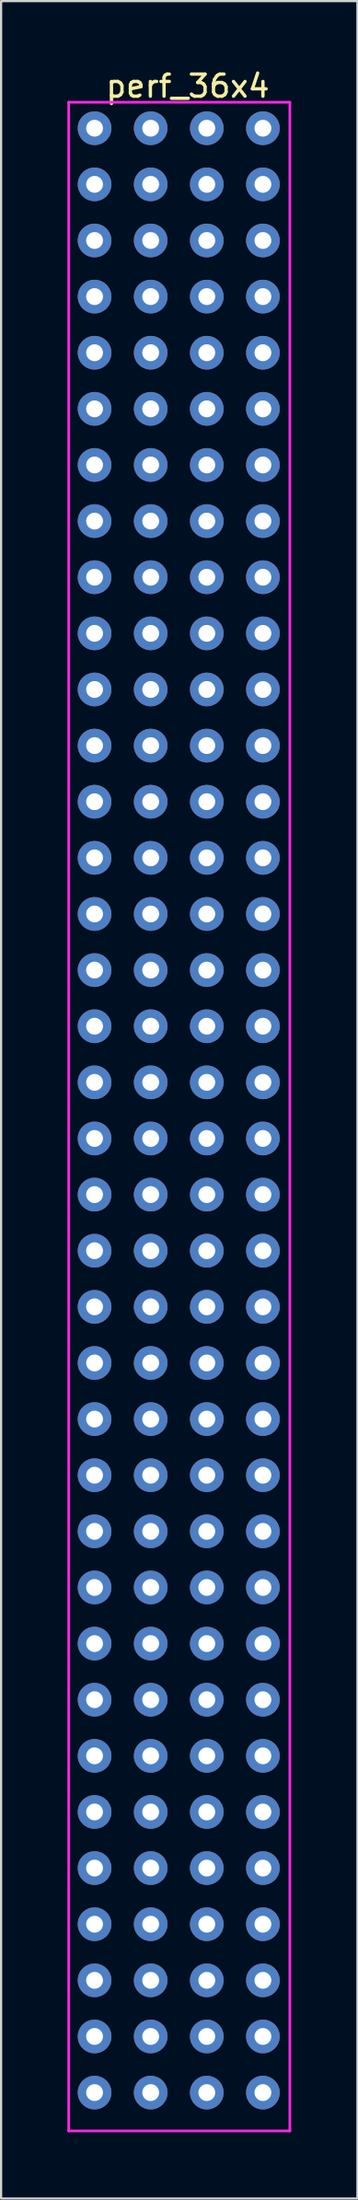
<source format=kicad_pcb>
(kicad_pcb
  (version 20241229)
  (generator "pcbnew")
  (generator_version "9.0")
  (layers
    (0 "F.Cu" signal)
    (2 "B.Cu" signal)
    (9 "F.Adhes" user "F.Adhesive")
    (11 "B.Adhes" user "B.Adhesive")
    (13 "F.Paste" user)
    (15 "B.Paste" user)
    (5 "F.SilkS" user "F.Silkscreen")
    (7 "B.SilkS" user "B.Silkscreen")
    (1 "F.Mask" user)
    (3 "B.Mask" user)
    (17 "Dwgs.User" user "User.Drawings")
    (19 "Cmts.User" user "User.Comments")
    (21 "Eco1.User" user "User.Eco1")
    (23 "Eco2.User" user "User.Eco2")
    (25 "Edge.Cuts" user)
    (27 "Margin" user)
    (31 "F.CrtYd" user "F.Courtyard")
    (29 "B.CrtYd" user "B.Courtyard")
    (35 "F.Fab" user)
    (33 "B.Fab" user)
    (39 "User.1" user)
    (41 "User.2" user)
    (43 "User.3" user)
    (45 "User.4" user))
  (footprint "perf_36x4"
    (layer "F.Cu")
    (at 4.962 11.785)
    (property "Reference" "perf_36x4" (at 0.485 -10.937 0) (layer "F.SilkS") (effects (font (size 1 1) (thickness 0.15))))
    (attr through_hole)
    (fp_poly (pts (xy 4.895 81.356) (xy -4.757 81.356) (xy -4.747 -10.048) (xy 4.905 -10.074)) (stroke (width 0.1) (type solid)) (fill yes) (layer "F.Mask"))
    (fp_poly (pts (xy 4.92 81.338) (xy -4.732 81.338) (xy -4.757 -10.117) (xy 4.895 -10.142)) (stroke (width 0.1) (type solid)) (fill yes) (layer "B.Mask"))
    (fp_line (start -4.902 -10.208) (end 5.108 -10.208) (stroke (width 0.12) (type solid)) (layer "F.CrtYd"))
    (fp_line (start -4.902 81.603) (end -4.902 -10.208) (stroke (width 0.12) (type solid)) (layer "F.CrtYd"))
    (fp_line (start 5.108 -10.208) (end 5.108 81.603) (stroke (width 0.12) (type solid)) (layer "F.CrtYd"))
    (fp_line (start 5.108 81.603) (end -4.902 81.603) (stroke (width 0.12) (type solid)) (layer "F.CrtYd"))
    (pad "1" thru_hole circle (at -3.731 -9.032) (size 1.524 1.524) (drill 0.762) (layers "*.Cu" "*.Mask"))
    (pad "2" thru_hole circle (at -1.191 -9.032) (size 1.524 1.524) (drill 0.762) (layers "*.Cu" "*.Mask"))
    (pad "3" thru_hole circle (at 1.349 -9.032) (size 1.524 1.524) (drill 0.762) (layers "*.Cu" "*.Mask"))
    (pad "4" thru_hole circle (at 3.889 -9.032) (size 1.524 1.524) (drill 0.762) (layers "*.Cu" "*.Mask"))
    (pad "5" thru_hole circle (at -3.731 -6.492) (size 1.524 1.524) (drill 0.762) (layers "*.Cu" "*.Mask"))
    (pad "6" thru_hole circle (at -1.191 -6.492) (size 1.524 1.524) (drill 0.762) (layers "*.Cu" "*.Mask"))
    (pad "7" thru_hole circle (at 1.349 -6.492) (size 1.524 1.524) (drill 0.762) (layers "*.Cu" "*.Mask"))
    (pad "8" thru_hole circle (at 3.889 -6.492) (size 1.524 1.524) (drill 0.762) (layers "*.Cu" "*.Mask"))
    (pad "9" thru_hole circle (at -3.731 -3.952) (size 1.524 1.524) (drill 0.762) (layers "*.Cu" "*.Mask"))
    (pad "10" thru_hole circle (at -1.191 -3.952) (size 1.524 1.524) (drill 0.762) (layers "*.Cu" "*.Mask"))
    (pad "11" thru_hole circle (at 1.349 -3.952) (size 1.524 1.524) (drill 0.762) (layers "*.Cu" "*.Mask"))
    (pad "12" thru_hole circle (at 3.889 -3.952) (size 1.524 1.524) (drill 0.762) (layers "*.Cu" "*.Mask"))
    (pad "13" thru_hole circle (at -3.731 -1.412) (size 1.524 1.524) (drill 0.762) (layers "*.Cu" "*.Mask"))
    (pad "14" thru_hole circle (at -1.191 -1.412) (size 1.524 1.524) (drill 0.762) (layers "*.Cu" "*.Mask"))
    (pad "15" thru_hole circle (at 1.349 -1.412) (size 1.524 1.524) (drill 0.762) (layers "*.Cu" "*.Mask"))
    (pad "16" thru_hole circle (at 3.889 -1.412) (size 1.524 1.524) (drill 0.762) (layers "*.Cu" "*.Mask"))
    (pad "17" thru_hole circle (at -3.731 1.128) (size 1.524 1.524) (drill 0.762) (layers "*.Cu" "*.Mask"))
    (pad "18" thru_hole circle (at -1.191 1.128) (size 1.524 1.524) (drill 0.762) (layers "*.Cu" "*.Mask"))
    (pad "19" thru_hole circle (at 1.349 1.128) (size 1.524 1.524) (drill 0.762) (layers "*.Cu" "*.Mask"))
    (pad "20" thru_hole circle (at 3.889 1.128) (size 1.524 1.524) (drill 0.762) (layers "*.Cu" "*.Mask"))
    (pad "21" thru_hole circle (at -3.731 3.668) (size 1.524 1.524) (drill 0.762) (layers "*.Cu" "*.Mask"))
    (pad "22" thru_hole circle (at -1.191 3.668) (size 1.524 1.524) (drill 0.762) (layers "*.Cu" "*.Mask"))
    (pad "23" thru_hole circle (at 1.349 3.668) (size 1.524 1.524) (drill 0.762) (layers "*.Cu" "*.Mask"))
    (pad "24" thru_hole circle (at 3.889 3.668) (size 1.524 1.524) (drill 0.762) (layers "*.Cu" "*.Mask"))
    (pad "25" thru_hole circle (at -3.731 6.208) (size 1.524 1.524) (drill 0.762) (layers "*.Cu" "*.Mask"))
    (pad "26" thru_hole circle (at -1.191 6.208) (size 1.524 1.524) (drill 0.762) (layers "*.Cu" "*.Mask"))
    (pad "27" thru_hole circle (at 1.349 6.208) (size 1.524 1.524) (drill 0.762) (layers "*.Cu" "*.Mask"))
    (pad "28" thru_hole circle (at 3.889 6.208) (size 1.524 1.524) (drill 0.762) (layers "*.Cu" "*.Mask"))
    (pad "29" thru_hole circle (at -3.731 8.748) (size 1.524 1.524) (drill 0.762) (layers "*.Cu" "*.Mask"))
    (pad "30" thru_hole circle (at -1.191 8.748) (size 1.524 1.524) (drill 0.762) (layers "*.Cu" "*.Mask"))
    (pad "31" thru_hole circle (at 1.349 8.748) (size 1.524 1.524) (drill 0.762) (layers "*.Cu" "*.Mask"))
    (pad "32" thru_hole circle (at 3.889 8.748) (size 1.524 1.524) (drill 0.762) (layers "*.Cu" "*.Mask"))
    (pad "33" thru_hole circle (at -3.731 11.288) (size 1.524 1.524) (drill 0.762) (layers "*.Cu" "*.Mask"))
    (pad "34" thru_hole circle (at -1.191 11.288) (size 1.524 1.524) (drill 0.762) (layers "*.Cu" "*.Mask"))
    (pad "35" thru_hole circle (at 1.349 11.288) (size 1.524 1.524) (drill 0.762) (layers "*.Cu" "*.Mask"))
    (pad "36" thru_hole circle (at 3.889 11.288) (size 1.524 1.524) (drill 0.762) (layers "*.Cu" "*.Mask"))
    (pad "37" thru_hole circle (at -3.731 13.828) (size 1.524 1.524) (drill 0.762) (layers "*.Cu" "*.Mask"))
    (pad "38" thru_hole circle (at -1.191 13.828) (size 1.524 1.524) (drill 0.762) (layers "*.Cu" "*.Mask"))
    (pad "39" thru_hole circle (at 1.349 13.828) (size 1.524 1.524) (drill 0.762) (layers "*.Cu" "*.Mask"))
    (pad "40" thru_hole circle (at 3.889 13.828) (size 1.524 1.524) (drill 0.762) (layers "*.Cu" "*.Mask"))
    (pad "41" thru_hole circle (at -3.731 16.368) (size 1.524 1.524) (drill 0.762) (layers "*.Cu" "*.Mask"))
    (pad "42" thru_hole circle (at -1.191 16.368) (size 1.524 1.524) (drill 0.762) (layers "*.Cu" "*.Mask"))
    (pad "43" thru_hole circle (at 1.349 16.368) (size 1.524 1.524) (drill 0.762) (layers "*.Cu" "*.Mask"))
    (pad "44" thru_hole circle (at 3.889 16.368) (size 1.524 1.524) (drill 0.762) (layers "*.Cu" "*.Mask"))
    (pad "45" thru_hole circle (at -3.731 18.908) (size 1.524 1.524) (drill 0.762) (layers "*.Cu" "*.Mask"))
    (pad "46" thru_hole circle (at -1.191 18.908) (size 1.524 1.524) (drill 0.762) (layers "*.Cu" "*.Mask"))
    (pad "47" thru_hole circle (at 1.349 18.908) (size 1.524 1.524) (drill 0.762) (layers "*.Cu" "*.Mask"))
    (pad "48" thru_hole circle (at 3.889 18.908) (size 1.524 1.524) (drill 0.762) (layers "*.Cu" "*.Mask"))
    (pad "49" thru_hole circle (at -3.731 21.448) (size 1.524 1.524) (drill 0.762) (layers "*.Cu" "*.Mask"))
    (pad "50" thru_hole circle (at -1.191 21.448) (size 1.524 1.524) (drill 0.762) (layers "*.Cu" "*.Mask"))
    (pad "51" thru_hole circle (at 1.349 21.448) (size 1.524 1.524) (drill 0.762) (layers "*.Cu" "*.Mask"))
    (pad "52" thru_hole circle (at 3.889 21.448) (size 1.524 1.524) (drill 0.762) (layers "*.Cu" "*.Mask"))
    (pad "53" thru_hole circle (at -3.731 23.988) (size 1.524 1.524) (drill 0.762) (layers "*.Cu" "*.Mask"))
    (pad "54" thru_hole circle (at -1.191 23.988) (size 1.524 1.524) (drill 0.762) (layers "*.Cu" "*.Mask"))
    (pad "55" thru_hole circle (at 1.349 23.988) (size 1.524 1.524) (drill 0.762) (layers "*.Cu" "*.Mask"))
    (pad "56" thru_hole circle (at 3.889 23.988) (size 1.524 1.524) (drill 0.762) (layers "*.Cu" "*.Mask"))
    (pad "57" thru_hole circle (at -3.731 26.528) (size 1.524 1.524) (drill 0.762) (layers "*.Cu" "*.Mask"))
    (pad "58" thru_hole circle (at -1.191 26.528) (size 1.524 1.524) (drill 0.762) (layers "*.Cu" "*.Mask"))
    (pad "59" thru_hole circle (at 1.349 26.528) (size 1.524 1.524) (drill 0.762) (layers "*.Cu" "*.Mask"))
    (pad "60" thru_hole circle (at 3.889 26.528) (size 1.524 1.524) (drill 0.762) (layers "*.Cu" "*.Mask"))
    (pad "61" thru_hole circle (at -3.731 29.068) (size 1.524 1.524) (drill 0.762) (layers "*.Cu" "*.Mask"))
    (pad "62" thru_hole circle (at -1.191 29.068) (size 1.524 1.524) (drill 0.762) (layers "*.Cu" "*.Mask"))
    (pad "63" thru_hole circle (at 1.349 29.068) (size 1.524 1.524) (drill 0.762) (layers "*.Cu" "*.Mask"))
    (pad "64" thru_hole circle (at 3.889 29.068) (size 1.524 1.524) (drill 0.762) (layers "*.Cu" "*.Mask"))
    (pad "65" thru_hole circle (at -3.731 31.608) (size 1.524 1.524) (drill 0.762) (layers "*.Cu" "*.Mask"))
    (pad "66" thru_hole circle (at -1.191 31.608) (size 1.524 1.524) (drill 0.762) (layers "*.Cu" "*.Mask"))
    (pad "67" thru_hole circle (at 1.349 31.608) (size 1.524 1.524) (drill 0.762) (layers "*.Cu" "*.Mask"))
    (pad "68" thru_hole circle (at 3.889 31.608) (size 1.524 1.524) (drill 0.762) (layers "*.Cu" "*.Mask"))
    (pad "69" thru_hole circle (at -3.731 34.148) (size 1.524 1.524) (drill 0.762) (layers "*.Cu" "*.Mask"))
    (pad "70" thru_hole circle (at -1.191 34.148) (size 1.524 1.524) (drill 0.762) (layers "*.Cu" "*.Mask"))
    (pad "71" thru_hole circle (at 1.349 34.148) (size 1.524 1.524) (drill 0.762) (layers "*.Cu" "*.Mask"))
    (pad "72" thru_hole circle (at 3.889 34.148) (size 1.524 1.524) (drill 0.762) (layers "*.Cu" "*.Mask"))
    (pad "73" thru_hole circle (at -3.731 36.688) (size 1.524 1.524) (drill 0.762) (layers "*.Cu" "*.Mask"))
    (pad "74" thru_hole circle (at -1.191 36.688) (size 1.524 1.524) (drill 0.762) (layers "*.Cu" "*.Mask"))
    (pad "75" thru_hole circle (at 1.349 36.688) (size 1.524 1.524) (drill 0.762) (layers "*.Cu" "*.Mask"))
    (pad "76" thru_hole circle (at 3.889 36.688) (size 1.524 1.524) (drill 0.762) (layers "*.Cu" "*.Mask"))
    (pad "77" thru_hole circle (at -3.731 39.228) (size 1.524 1.524) (drill 0.762) (layers "*.Cu" "*.Mask"))
    (pad "78" thru_hole circle (at -1.191 39.228) (size 1.524 1.524) (drill 0.762) (layers "*.Cu" "*.Mask"))
    (pad "79" thru_hole circle (at 1.349 39.228) (size 1.524 1.524) (drill 0.762) (layers "*.Cu" "*.Mask"))
    (pad "80" thru_hole circle (at 3.889 39.228) (size 1.524 1.524) (drill 0.762) (layers "*.Cu" "*.Mask"))
    (pad "81" thru_hole circle (at -3.731 41.768) (size 1.524 1.524) (drill 0.762) (layers "*.Cu" "*.Mask"))
    (pad "82" thru_hole circle (at -1.191 41.768) (size 1.524 1.524) (drill 0.762) (layers "*.Cu" "*.Mask"))
    (pad "83" thru_hole circle (at 1.349 41.768) (size 1.524 1.524) (drill 0.762) (layers "*.Cu" "*.Mask"))
    (pad "84" thru_hole circle (at 3.889 41.768) (size 1.524 1.524) (drill 0.762) (layers "*.Cu" "*.Mask"))
    (pad "85" thru_hole circle (at -3.731 44.308) (size 1.524 1.524) (drill 0.762) (layers "*.Cu" "*.Mask"))
    (pad "86" thru_hole circle (at -1.191 44.308) (size 1.524 1.524) (drill 0.762) (layers "*.Cu" "*.Mask"))
    (pad "87" thru_hole circle (at 1.349 44.308) (size 1.524 1.524) (drill 0.762) (layers "*.Cu" "*.Mask"))
    (pad "88" thru_hole circle (at 3.889 44.308) (size 1.524 1.524) (drill 0.762) (layers "*.Cu" "*.Mask"))
    (pad "89" thru_hole circle (at -3.731 46.848) (size 1.524 1.524) (drill 0.762) (layers "*.Cu" "*.Mask"))
    (pad "90" thru_hole circle (at -1.191 46.848) (size 1.524 1.524) (drill 0.762) (layers "*.Cu" "*.Mask"))
    (pad "91" thru_hole circle (at 1.349 46.848) (size 1.524 1.524) (drill 0.762) (layers "*.Cu" "*.Mask"))
    (pad "92" thru_hole circle (at 3.889 46.848) (size 1.524 1.524) (drill 0.762) (layers "*.Cu" "*.Mask"))
    (pad "93" thru_hole circle (at -3.731 49.388) (size 1.524 1.524) (drill 0.762) (layers "*.Cu" "*.Mask"))
    (pad "94" thru_hole circle (at -1.191 49.388) (size 1.524 1.524) (drill 0.762) (layers "*.Cu" "*.Mask"))
    (pad "95" thru_hole circle (at 1.349 49.388) (size 1.524 1.524) (drill 0.762) (layers "*.Cu" "*.Mask"))
    (pad "96" thru_hole circle (at 3.889 49.388) (size 1.524 1.524) (drill 0.762) (layers "*.Cu" "*.Mask"))
    (pad "97" thru_hole circle (at -3.731 51.928) (size 1.524 1.524) (drill 0.762) (layers "*.Cu" "*.Mask"))
    (pad "98" thru_hole circle (at -1.191 51.928) (size 1.524 1.524) (drill 0.762) (layers "*.Cu" "*.Mask"))
    (pad "99" thru_hole circle (at 1.349 51.928) (size 1.524 1.524) (drill 0.762) (layers "*.Cu" "*.Mask"))
    (pad "100" thru_hole circle (at 3.889 51.928) (size 1.524 1.524) (drill 0.762) (layers "*.Cu" "*.Mask"))
    (pad "101" thru_hole circle (at -3.731 54.468) (size 1.524 1.524) (drill 0.762) (layers "*.Cu" "*.Mask"))
    (pad "102" thru_hole circle (at -1.191 54.468) (size 1.524 1.524) (drill 0.762) (layers "*.Cu" "*.Mask"))
    (pad "103" thru_hole circle (at 1.349 54.468) (size 1.524 1.524) (drill 0.762) (layers "*.Cu" "*.Mask"))
    (pad "104" thru_hole circle (at 3.889 54.468) (size 1.524 1.524) (drill 0.762) (layers "*.Cu" "*.Mask"))
    (pad "105" thru_hole circle (at -3.731 57.008) (size 1.524 1.524) (drill 0.762) (layers "*.Cu" "*.Mask"))
    (pad "106" thru_hole circle (at -1.191 57.008) (size 1.524 1.524) (drill 0.762) (layers "*.Cu" "*.Mask"))
    (pad "107" thru_hole circle (at 1.349 57.008) (size 1.524 1.524) (drill 0.762) (layers "*.Cu" "*.Mask"))
    (pad "108" thru_hole circle (at 3.889 57.008) (size 1.524 1.524) (drill 0.762) (layers "*.Cu" "*.Mask"))
    (pad "109" thru_hole circle (at -3.731 59.548) (size 1.524 1.524) (drill 0.762) (layers "*.Cu" "*.Mask"))
    (pad "110" thru_hole circle (at -1.191 59.548) (size 1.524 1.524) (drill 0.762) (layers "*.Cu" "*.Mask"))
    (pad "111" thru_hole circle (at 1.349 59.548) (size 1.524 1.524) (drill 0.762) (layers "*.Cu" "*.Mask"))
    (pad "112" thru_hole circle (at 3.889 59.548) (size 1.524 1.524) (drill 0.762) (layers "*.Cu" "*.Mask"))
    (pad "113" thru_hole circle (at -3.731 62.088) (size 1.524 1.524) (drill 0.762) (layers "*.Cu" "*.Mask"))
    (pad "114" thru_hole circle (at -1.191 62.088) (size 1.524 1.524) (drill 0.762) (layers "*.Cu" "*.Mask"))
    (pad "115" thru_hole circle (at 1.349 62.088) (size 1.524 1.524) (drill 0.762) (layers "*.Cu" "*.Mask"))
    (pad "116" thru_hole circle (at 3.889 62.088) (size 1.524 1.524) (drill 0.762) (layers "*.Cu" "*.Mask"))
    (pad "117" thru_hole circle (at -3.731 64.628) (size 1.524 1.524) (drill 0.762) (layers "*.Cu" "*.Mask"))
    (pad "118" thru_hole circle (at -1.191 64.628) (size 1.524 1.524) (drill 0.762) (layers "*.Cu" "*.Mask"))
    (pad "119" thru_hole circle (at 1.349 64.628) (size 1.524 1.524) (drill 0.762) (layers "*.Cu" "*.Mask"))
    (pad "120" thru_hole circle (at 3.889 64.628) (size 1.524 1.524) (drill 0.762) (layers "*.Cu" "*.Mask"))
    (pad "121" thru_hole circle (at -3.731 67.168) (size 1.524 1.524) (drill 0.762) (layers "*.Cu" "*.Mask"))
    (pad "122" thru_hole circle (at -1.191 67.168) (size 1.524 1.524) (drill 0.762) (layers "*.Cu" "*.Mask"))
    (pad "123" thru_hole circle (at 1.349 67.168) (size 1.524 1.524) (drill 0.762) (layers "*.Cu" "*.Mask"))
    (pad "124" thru_hole circle (at 3.889 67.168) (size 1.524 1.524) (drill 0.762) (layers "*.Cu" "*.Mask"))
    (pad "125" thru_hole circle (at -3.731 69.708) (size 1.524 1.524) (drill 0.762) (layers "*.Cu" "*.Mask"))
    (pad "126" thru_hole circle (at -1.191 69.708) (size 1.524 1.524) (drill 0.762) (layers "*.Cu" "*.Mask"))
    (pad "127" thru_hole circle (at 1.349 69.708) (size 1.524 1.524) (drill 0.762) (layers "*.Cu" "*.Mask"))
    (pad "128" thru_hole circle (at 3.889 69.708) (size 1.524 1.524) (drill 0.762) (layers "*.Cu" "*.Mask"))
    (pad "129" thru_hole circle (at -3.731 72.248) (size 1.524 1.524) (drill 0.762) (layers "*.Cu" "*.Mask"))
    (pad "130" thru_hole circle (at -1.191 72.248) (size 1.524 1.524) (drill 0.762) (layers "*.Cu" "*.Mask"))
    (pad "131" thru_hole circle (at 1.349 72.248) (size 1.524 1.524) (drill 0.762) (layers "*.Cu" "*.Mask"))
    (pad "132" thru_hole circle (at 3.889 72.248) (size 1.524 1.524) (drill 0.762) (layers "*.Cu" "*.Mask"))
    (pad "133" thru_hole circle (at -3.731 74.788) (size 1.524 1.524) (drill 0.762) (layers "*.Cu" "*.Mask"))
    (pad "134" thru_hole circle (at -1.191 74.788) (size 1.524 1.524) (drill 0.762) (layers "*.Cu" "*.Mask"))
    (pad "135" thru_hole circle (at 1.349 74.788) (size 1.524 1.524) (drill 0.762) (layers "*.Cu" "*.Mask"))
    (pad "136" thru_hole circle (at 3.889 74.788) (size 1.524 1.524) (drill 0.762) (layers "*.Cu" "*.Mask"))
    (pad "137" thru_hole circle (at -3.731 77.328) (size 1.524 1.524) (drill 0.762) (layers "*.Cu" "*.Mask"))
    (pad "138" thru_hole circle (at -1.191 77.328) (size 1.524 1.524) (drill 0.762) (layers "*.Cu" "*.Mask"))
    (pad "139" thru_hole circle (at 1.349 77.328) (size 1.524 1.524) (drill 0.762) (layers "*.Cu" "*.Mask"))
    (pad "140" thru_hole circle (at 3.889 77.328) (size 1.524 1.524) (drill 0.762) (layers "*.Cu" "*.Mask"))
    (pad "141" thru_hole circle (at -3.731 79.868) (size 1.524 1.524) (drill 0.762) (layers "*.Cu" "*.Mask"))
    (pad "142" thru_hole circle (at -1.191 79.868) (size 1.524 1.524) (drill 0.762) (layers "*.Cu" "*.Mask"))
    (pad "143" thru_hole circle (at 1.349 79.868) (size 1.524 1.524) (drill 0.762) (layers "*.Cu" "*.Mask"))
    (pad "144" thru_hole circle (at 3.889 79.868) (size 1.524 1.524) (drill 0.762) (layers "*.Cu" "*.Mask")))
  (gr_rect
    (start -3 -3)
    (end 13.13 96.448)
    (stroke (width 0.1) (type default))
    (fill no)
    (layer "Edge.Cuts")))
</source>
